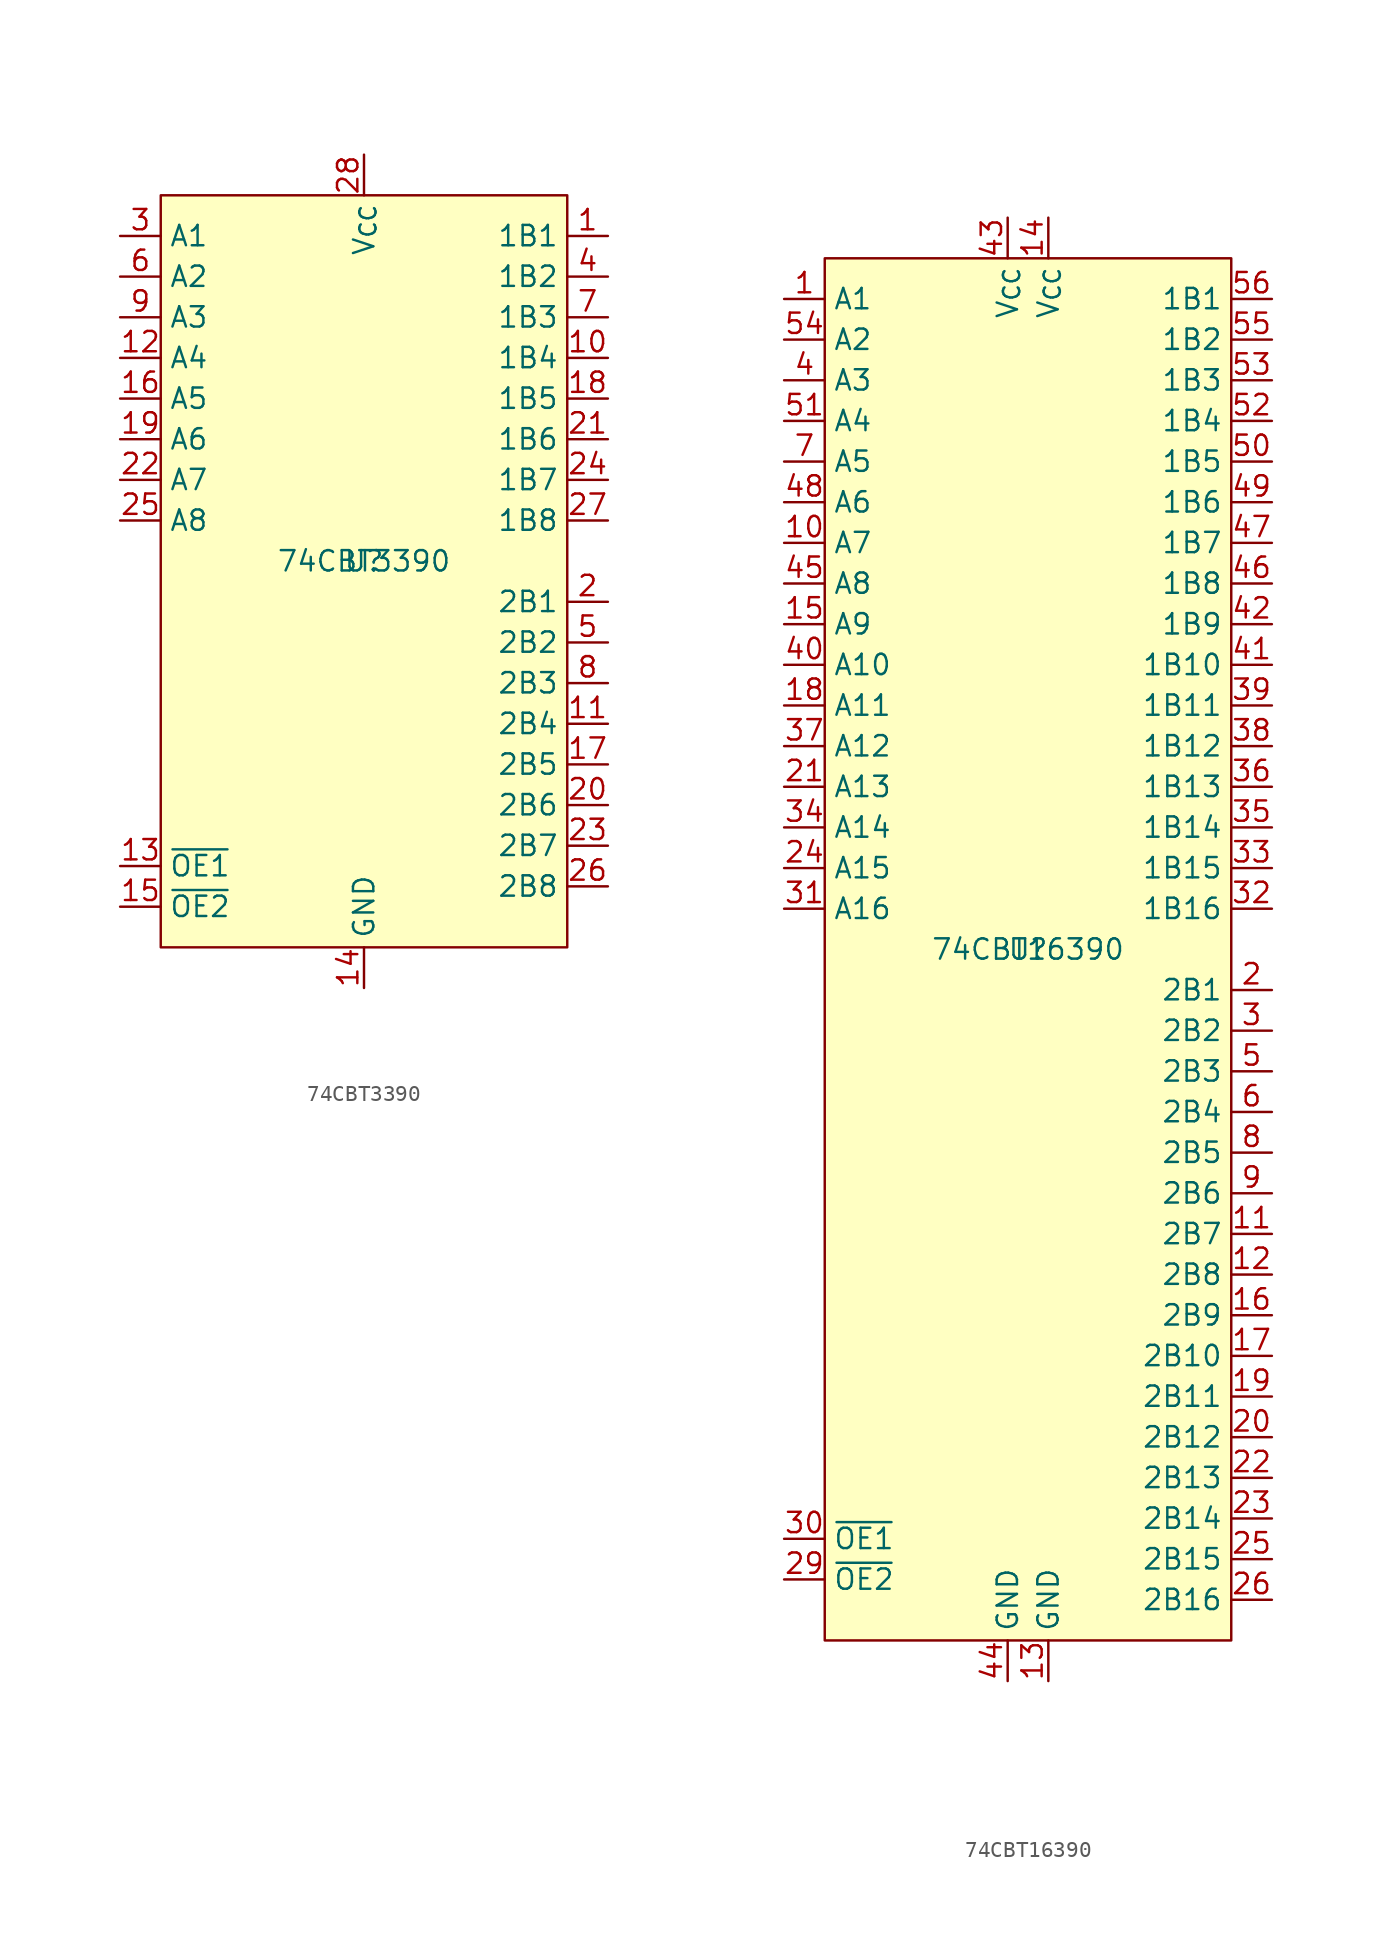
<source format=kicad_sym>
(kicad_symbol_lib
  (version 20220914)
  (generator kicad_symbol_editor)
  (symbol "74CBT3390"
    (property "Reference" "U"
      (at 0 0 0)
      (effects (font (size 1.27 1.27))))
    (property "Value" "74CBT3390"
      (at 0 0 0)
      (effects (font (size 1.27 1.27))))
    (symbol "74CBT3390_1_1"
      (rectangle (start -12.7 22.86) (end 12.7 -24.13) (stroke (width 0) (type default)) (fill (type background)))
      (pin bidirectional line (at 15.24 20.32 180) (length 2.54) (name "1B1" (effects (font (size 1.27 1.27)))) (number "1" (effects (font (size 1.27 1.27)))))
      (pin bidirectional line (at 15.24 12.7 180) (length 2.54) (name "1B4" (effects (font (size 1.27 1.27)))) (number "10" (effects (font (size 1.27 1.27)))))
      (pin bidirectional line (at 15.24 -10.16 180) (length 2.54) (name "2B4" (effects (font (size 1.27 1.27)))) (number "11" (effects (font (size 1.27 1.27)))))
      (pin bidirectional line (at -15.24 12.7 0) (length 2.54) (name "A4" (effects (font (size 1.27 1.27)))) (number "12" (effects (font (size 1.27 1.27)))))
      (pin input line (at -15.24 -19.05 0) (length 2.54) (name "~{OE1}" (effects (font (size 1.27 1.27)))) (number "13" (effects (font (size 1.27 1.27)))))
      (pin power_in line (at 0 -26.67 90) (length 2.54) (name "GND" (effects (font (size 1.27 1.27)))) (number "14" (effects (font (size 1.27 1.27)))))
      (pin input line (at -15.24 -21.59 0) (length 2.54) (name "~{OE2}" (effects (font (size 1.27 1.27)))) (number "15" (effects (font (size 1.27 1.27)))))
      (pin bidirectional line (at -15.24 10.16 0) (length 2.54) (name "A5" (effects (font (size 1.27 1.27)))) (number "16" (effects (font (size 1.27 1.27)))))
      (pin bidirectional line (at 15.24 -12.7 180) (length 2.54) (name "2B5" (effects (font (size 1.27 1.27)))) (number "17" (effects (font (size 1.27 1.27)))))
      (pin bidirectional line (at 15.24 10.16 180) (length 2.54) (name "1B5" (effects (font (size 1.27 1.27)))) (number "18" (effects (font (size 1.27 1.27)))))
      (pin bidirectional line (at -15.24 7.62 0) (length 2.54) (name "A6" (effects (font (size 1.27 1.27)))) (number "19" (effects (font (size 1.27 1.27)))))
      (pin bidirectional line (at 15.24 -2.54 180) (length 2.54) (name "2B1" (effects (font (size 1.27 1.27)))) (number "2" (effects (font (size 1.27 1.27)))))
      (pin bidirectional line (at 15.24 -15.24 180) (length 2.54) (name "2B6" (effects (font (size 1.27 1.27)))) (number "20" (effects (font (size 1.27 1.27)))))
      (pin bidirectional line (at 15.24 7.62 180) (length 2.54) (name "1B6" (effects (font (size 1.27 1.27)))) (number "21" (effects (font (size 1.27 1.27)))))
      (pin bidirectional line (at -15.24 5.08 0) (length 2.54) (name "A7" (effects (font (size 1.27 1.27)))) (number "22" (effects (font (size 1.27 1.27)))))
      (pin bidirectional line (at 15.24 -17.78 180) (length 2.54) (name "2B7" (effects (font (size 1.27 1.27)))) (number "23" (effects (font (size 1.27 1.27)))))
      (pin bidirectional line (at 15.24 5.08 180) (length 2.54) (name "1B7" (effects (font (size 1.27 1.27)))) (number "24" (effects (font (size 1.27 1.27)))))
      (pin bidirectional line (at -15.24 2.54 0) (length 2.54) (name "A8" (effects (font (size 1.27 1.27)))) (number "25" (effects (font (size 1.27 1.27)))))
      (pin bidirectional line (at 15.24 -20.32 180) (length 2.54) (name "2B8" (effects (font (size 1.27 1.27)))) (number "26" (effects (font (size 1.27 1.27)))))
      (pin bidirectional line (at 15.24 2.54 180) (length 2.54) (name "1B8" (effects (font (size 1.27 1.27)))) (number "27" (effects (font (size 1.27 1.27)))))
      (pin power_in line (at 0 25.4 270) (length 2.54) (name "V_{CC}" (effects (font (size 1.27 1.27)))) (number "28" (effects (font (size 1.27 1.27)))))
      (pin bidirectional line (at -15.24 20.32 0) (length 2.54) (name "A1" (effects (font (size 1.27 1.27)))) (number "3" (effects (font (size 1.27 1.27)))))
      (pin bidirectional line (at 15.24 17.78 180) (length 2.54) (name "1B2" (effects (font (size 1.27 1.27)))) (number "4" (effects (font (size 1.27 1.27)))))
      (pin bidirectional line (at 15.24 -5.08 180) (length 2.54) (name "2B2" (effects (font (size 1.27 1.27)))) (number "5" (effects (font (size 1.27 1.27)))))
      (pin bidirectional line (at -15.24 17.78 0) (length 2.54) (name "A2" (effects (font (size 1.27 1.27)))) (number "6" (effects (font (size 1.27 1.27)))))
      (pin bidirectional line (at 15.24 15.24 180) (length 2.54) (name "1B3" (effects (font (size 1.27 1.27)))) (number "7" (effects (font (size 1.27 1.27)))))
      (pin bidirectional line (at 15.24 -7.62 180) (length 2.54) (name "2B3" (effects (font (size 1.27 1.27)))) (number "8" (effects (font (size 1.27 1.27)))))
      (pin bidirectional line (at -15.24 15.24 0) (length 2.54) (name "A3" (effects (font (size 1.27 1.27)))) (number "9" (effects (font (size 1.27 1.27)))))))
  (symbol "74CBT16390"
    (property "Reference" "U"
      (at 0 0 0)
      (effects (font (size 1.27 1.27))))
    (property "Value" "74CBT16390"
      (at 0 0 0)
      (effects (font (size 1.27 1.27))))
    (symbol "74CBT16390_1_1"
      (rectangle (start -12.7 43.18) (end 12.7 -43.18) (stroke (width 0) (type default)) (fill (type background)))
      (pin bidirectional line (at -15.24 40.64 0) (length 2.54) (name "A1" (effects (font (size 1.27 1.27)))) (number "1" (effects (font (size 1.27 1.27)))))
      (pin bidirectional line (at -15.24 25.4 0) (length 2.54) (name "A7" (effects (font (size 1.27 1.27)))) (number "10" (effects (font (size 1.27 1.27)))))
      (pin bidirectional line (at 15.24 -17.78 180) (length 2.54) (name "2B7" (effects (font (size 1.27 1.27)))) (number "11" (effects (font (size 1.27 1.27)))))
      (pin bidirectional line (at 15.24 -20.32 180) (length 2.54) (name "2B8" (effects (font (size 1.27 1.27)))) (number "12" (effects (font (size 1.27 1.27)))))
      (pin power_in line (at 1.27 -45.72 90) (length 2.54) (name "GND" (effects (font (size 1.27 1.27)))) (number "13" (effects (font (size 1.27 1.27)))))
      (pin power_in line (at 1.27 45.72 270) (length 2.54) (name "V_{CC}" (effects (font (size 1.27 1.27)))) (number "14" (effects (font (size 1.27 1.27)))))
      (pin bidirectional line (at -15.24 20.32 0) (length 2.54) (name "A9" (effects (font (size 1.27 1.27)))) (number "15" (effects (font (size 1.27 1.27)))))
      (pin bidirectional line (at 15.24 -22.86 180) (length 2.54) (name "2B9" (effects (font (size 1.27 1.27)))) (number "16" (effects (font (size 1.27 1.27)))))
      (pin bidirectional line (at 15.24 -25.4 180) (length 2.54) (name "2B10" (effects (font (size 1.27 1.27)))) (number "17" (effects (font (size 1.27 1.27)))))
      (pin bidirectional line (at -15.24 15.24 0) (length 2.54) (name "A11" (effects (font (size 1.27 1.27)))) (number "18" (effects (font (size 1.27 1.27)))))
      (pin bidirectional line (at 15.24 -27.94 180) (length 2.54) (name "2B11" (effects (font (size 1.27 1.27)))) (number "19" (effects (font (size 1.27 1.27)))))
      (pin bidirectional line (at 15.24 -2.54 180) (length 2.54) (name "2B1" (effects (font (size 1.27 1.27)))) (number "2" (effects (font (size 1.27 1.27)))))
      (pin bidirectional line (at 15.24 -30.48 180) (length 2.54) (name "2B12" (effects (font (size 1.27 1.27)))) (number "20" (effects (font (size 1.27 1.27)))))
      (pin bidirectional line (at -15.24 10.16 0) (length 2.54) (name "A13" (effects (font (size 1.27 1.27)))) (number "21" (effects (font (size 1.27 1.27)))))
      (pin bidirectional line (at 15.24 -33.02 180) (length 2.54) (name "2B13" (effects (font (size 1.27 1.27)))) (number "22" (effects (font (size 1.27 1.27)))))
      (pin bidirectional line (at 15.24 -35.56 180) (length 2.54) (name "2B14" (effects (font (size 1.27 1.27)))) (number "23" (effects (font (size 1.27 1.27)))))
      (pin bidirectional line (at -15.24 5.08 0) (length 2.54) (name "A15" (effects (font (size 1.27 1.27)))) (number "24" (effects (font (size 1.27 1.27)))))
      (pin bidirectional line (at 15.24 -38.1 180) (length 2.54) (name "2B15" (effects (font (size 1.27 1.27)))) (number "25" (effects (font (size 1.27 1.27)))))
      (pin bidirectional line (at 15.24 -40.64 180) (length 2.54) (name "2B16" (effects (font (size 1.27 1.27)))) (number "26" (effects (font (size 1.27 1.27)))))
      (pin input line (at -15.24 -39.37 0) (length 2.54) (name "~{OE2}" (effects (font (size 1.27 1.27)))) (number "29" (effects (font (size 1.27 1.27)))))
      (pin bidirectional line (at 15.24 -5.08 180) (length 2.54) (name "2B2" (effects (font (size 1.27 1.27)))) (number "3" (effects (font (size 1.27 1.27)))))
      (pin input line (at -15.24 -36.83 0) (length 2.54) (name "~{OE1}" (effects (font (size 1.27 1.27)))) (number "30" (effects (font (size 1.27 1.27)))))
      (pin bidirectional line (at -15.24 2.54 0) (length 2.54) (name "A16" (effects (font (size 1.27 1.27)))) (number "31" (effects (font (size 1.27 1.27)))))
      (pin bidirectional line (at 15.24 2.54 180) (length 2.54) (name "1B16" (effects (font (size 1.27 1.27)))) (number "32" (effects (font (size 1.27 1.27)))))
      (pin bidirectional line (at 15.24 5.08 180) (length 2.54) (name "1B15" (effects (font (size 1.27 1.27)))) (number "33" (effects (font (size 1.27 1.27)))))
      (pin bidirectional line (at -15.24 7.62 0) (length 2.54) (name "A14" (effects (font (size 1.27 1.27)))) (number "34" (effects (font (size 1.27 1.27)))))
      (pin bidirectional line (at 15.24 7.62 180) (length 2.54) (name "1B14" (effects (font (size 1.27 1.27)))) (number "35" (effects (font (size 1.27 1.27)))))
      (pin bidirectional line (at 15.24 10.16 180) (length 2.54) (name "1B13" (effects (font (size 1.27 1.27)))) (number "36" (effects (font (size 1.27 1.27)))))
      (pin bidirectional line (at -15.24 12.7 0) (length 2.54) (name "A12" (effects (font (size 1.27 1.27)))) (number "37" (effects (font (size 1.27 1.27)))))
      (pin bidirectional line (at 15.24 12.7 180) (length 2.54) (name "1B12" (effects (font (size 1.27 1.27)))) (number "38" (effects (font (size 1.27 1.27)))))
      (pin bidirectional line (at 15.24 15.24 180) (length 2.54) (name "1B11" (effects (font (size 1.27 1.27)))) (number "39" (effects (font (size 1.27 1.27)))))
      (pin bidirectional line (at -15.24 35.56 0) (length 2.54) (name "A3" (effects (font (size 1.27 1.27)))) (number "4" (effects (font (size 1.27 1.27)))))
      (pin bidirectional line (at -15.24 17.78 0) (length 2.54) (name "A10" (effects (font (size 1.27 1.27)))) (number "40" (effects (font (size 1.27 1.27)))))
      (pin bidirectional line (at 15.24 17.78 180) (length 2.54) (name "1B10" (effects (font (size 1.27 1.27)))) (number "41" (effects (font (size 1.27 1.27)))))
      (pin bidirectional line (at 15.24 20.32 180) (length 2.54) (name "1B9" (effects (font (size 1.27 1.27)))) (number "42" (effects (font (size 1.27 1.27)))))
      (pin power_in line (at -1.27 45.72 270) (length 2.54) (name "V_{CC}" (effects (font (size 1.27 1.27)))) (number "43" (effects (font (size 1.27 1.27)))))
      (pin power_in line (at -1.27 -45.72 90) (length 2.54) (name "GND" (effects (font (size 1.27 1.27)))) (number "44" (effects (font (size 1.27 1.27)))))
      (pin bidirectional line (at -15.24 22.86 0) (length 2.54) (name "A8" (effects (font (size 1.27 1.27)))) (number "45" (effects (font (size 1.27 1.27)))))
      (pin bidirectional line (at 15.24 22.86 180) (length 2.54) (name "1B8" (effects (font (size 1.27 1.27)))) (number "46" (effects (font (size 1.27 1.27)))))
      (pin bidirectional line (at 15.24 25.4 180) (length 2.54) (name "1B7" (effects (font (size 1.27 1.27)))) (number "47" (effects (font (size 1.27 1.27)))))
      (pin bidirectional line (at -15.24 27.94 0) (length 2.54) (name "A6" (effects (font (size 1.27 1.27)))) (number "48" (effects (font (size 1.27 1.27)))))
      (pin bidirectional line (at 15.24 27.94 180) (length 2.54) (name "1B6" (effects (font (size 1.27 1.27)))) (number "49" (effects (font (size 1.27 1.27)))))
      (pin bidirectional line (at 15.24 -7.62 180) (length 2.54) (name "2B3" (effects (font (size 1.27 1.27)))) (number "5" (effects (font (size 1.27 1.27)))))
      (pin bidirectional line (at 15.24 30.48 180) (length 2.54) (name "1B5" (effects (font (size 1.27 1.27)))) (number "50" (effects (font (size 1.27 1.27)))))
      (pin bidirectional line (at -15.24 33.02 0) (length 2.54) (name "A4" (effects (font (size 1.27 1.27)))) (number "51" (effects (font (size 1.27 1.27)))))
      (pin bidirectional line (at 15.24 33.02 180) (length 2.54) (name "1B4" (effects (font (size 1.27 1.27)))) (number "52" (effects (font (size 1.27 1.27)))))
      (pin bidirectional line (at 15.24 35.56 180) (length 2.54) (name "1B3" (effects (font (size 1.27 1.27)))) (number "53" (effects (font (size 1.27 1.27)))))
      (pin bidirectional line (at -15.24 38.1 0) (length 2.54) (name "A2" (effects (font (size 1.27 1.27)))) (number "54" (effects (font (size 1.27 1.27)))))
      (pin bidirectional line (at 15.24 38.1 180) (length 2.54) (name "1B2" (effects (font (size 1.27 1.27)))) (number "55" (effects (font (size 1.27 1.27)))))
      (pin bidirectional line (at 15.24 40.64 180) (length 2.54) (name "1B1" (effects (font (size 1.27 1.27)))) (number "56" (effects (font (size 1.27 1.27)))))
      (pin bidirectional line (at 15.24 -10.16 180) (length 2.54) (name "2B4" (effects (font (size 1.27 1.27)))) (number "6" (effects (font (size 1.27 1.27)))))
      (pin bidirectional line (at -15.24 30.48 0) (length 2.54) (name "A5" (effects (font (size 1.27 1.27)))) (number "7" (effects (font (size 1.27 1.27)))))
      (pin bidirectional line (at 15.24 -12.7 180) (length 2.54) (name "2B5" (effects (font (size 1.27 1.27)))) (number "8" (effects (font (size 1.27 1.27)))))
      (pin bidirectional line (at 15.24 -15.24 180) (length 2.54) (name "2B6" (effects (font (size 1.27 1.27)))) (number "9" (effects (font (size 1.27 1.27))))))))
</source>
